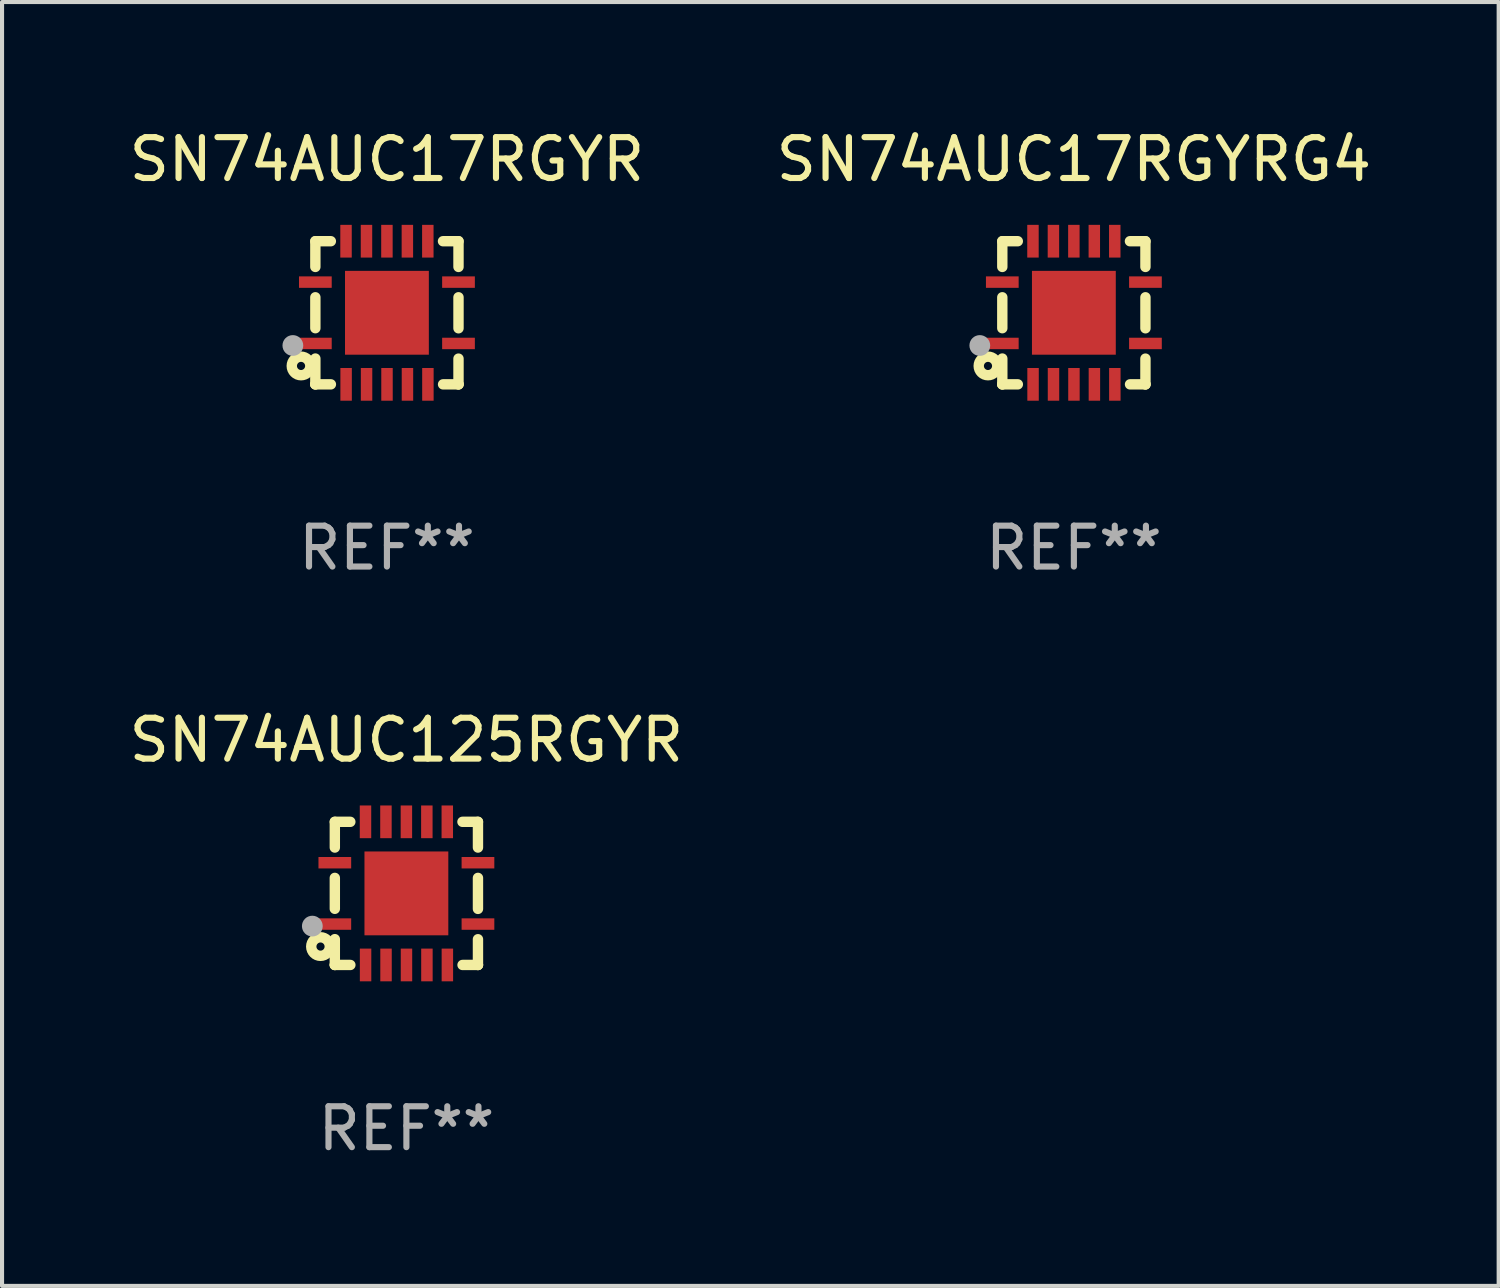
<source format=kicad_pcb>
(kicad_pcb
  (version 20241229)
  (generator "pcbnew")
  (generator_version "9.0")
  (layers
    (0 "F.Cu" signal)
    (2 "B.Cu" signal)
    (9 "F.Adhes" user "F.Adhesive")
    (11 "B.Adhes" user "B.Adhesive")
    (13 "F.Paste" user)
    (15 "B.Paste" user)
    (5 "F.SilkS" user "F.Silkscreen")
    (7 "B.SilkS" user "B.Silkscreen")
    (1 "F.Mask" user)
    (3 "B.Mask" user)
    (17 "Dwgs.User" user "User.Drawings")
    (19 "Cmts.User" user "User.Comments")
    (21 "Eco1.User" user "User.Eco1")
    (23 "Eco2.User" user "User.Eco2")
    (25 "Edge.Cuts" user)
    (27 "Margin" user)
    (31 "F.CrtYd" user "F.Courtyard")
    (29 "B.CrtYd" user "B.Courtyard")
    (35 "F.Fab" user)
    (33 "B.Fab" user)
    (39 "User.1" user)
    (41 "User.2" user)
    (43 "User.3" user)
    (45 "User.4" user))
  (footprint "SN74AUC125RGYR"
    (layer "F.Cu")
    (at 6.887 18.795)
    (property "Reference" "SN74AUC125RGYR" (at 0 -3.75 0) (layer "F.SilkS") (effects (font (size 1 1) (thickness 0.15))))
    (attr through_hole)
    (fp_line (start -1.75 1.75) (end -1.37 1.75) (stroke (width 0.254) (type solid)) (layer "F.SilkS"))
    (fp_line (start -1.75 -1.75) (end -1.75 -1.121) (stroke (width 0.254) (type solid)) (layer "F.SilkS"))
    (fp_line (start -1.75 -0.379) (end -1.75 0.377) (stroke (width 0.254) (type solid)) (layer "F.SilkS"))
    (fp_line (start -1.75 1.119) (end -1.75 1.75) (stroke (width 0.254) (type solid)) (layer "F.SilkS"))
    (fp_line (start -1.75 1.75) (end -1.75 1.75) (stroke (width 0.254) (type solid)) (layer "F.SilkS"))
    (fp_line (start -1.371 -1.75) (end -1.75 -1.75) (stroke (width 0.254) (type solid)) (layer "F.SilkS"))
    (fp_line (start 1.373 1.75) (end 1.75 1.75) (stroke (width 0.254) (type solid)) (layer "F.SilkS"))
    (fp_line (start 1.75 1.75) (end 1.75 1.75) (stroke (width 0.254) (type solid)) (layer "F.SilkS"))
    (fp_line (start 1.75 -1.75) (end 1.371 -1.75) (stroke (width 0.254) (type solid)) (layer "F.SilkS"))
    (fp_line (start 1.75 -1.121) (end 1.75 -1.75) (stroke (width 0.254) (type solid)) (layer "F.SilkS"))
    (fp_line (start 1.75 0.379) (end 1.75 -0.379) (stroke (width 0.254) (type solid)) (layer "F.SilkS"))
    (fp_line (start 1.75 1.75) (end 1.75 1.121) (stroke (width 0.254) (type solid)) (layer "F.SilkS"))
    (fp_circle (center -2.1 1.3) (end -2 1.3) (stroke (width 0.254) (type solid)) (fill no) (layer "F.SilkS"))
    (fp_circle (center -1.747 1.751) (end -1.717 1.751) (stroke (width 0.06) (type solid)) (fill no) (layer "F.SilkS"))
    (fp_circle (center -2.3 0.8) (end -2.173 0.8) (stroke (width 0.254) (type solid)) (fill no) (layer "F.Fab"))
    (fp_text user "REF**" (at 0 5.75 0) (layer "F.Fab") (effects (font (size 1 1) (thickness 0.15))))
    (pad "1" smd rect (at -1.75 0.75 270) (size 0.28 0.8) (layers "F.Cu" "F.Mask" "F.Paste"))
    (pad "2" smd rect (at -0.998 1.75 180) (size 0.28 0.8) (layers "F.Cu" "F.Mask" "F.Paste"))
    (pad "3" smd rect (at -0.498 1.75 180) (size 0.28 0.8) (layers "F.Cu" "F.Mask" "F.Paste"))
    (pad "4" smd rect (at 0.002 1.75 180) (size 0.28 0.8) (layers "F.Cu" "F.Mask" "F.Paste"))
    (pad "5" smd rect (at 0.502 1.75 180) (size 0.28 0.8) (layers "F.Cu" "F.Mask" "F.Paste"))
    (pad "6" smd rect (at 1.002 1.75 180) (size 0.28 0.8) (layers "F.Cu" "F.Mask" "F.Paste"))
    (pad "7" smd rect (at 1.75 0.75 270) (size 0.28 0.8) (layers "F.Cu" "F.Mask" "F.Paste"))
    (pad "8" smd rect (at 1.75 -0.75 270) (size 0.28 0.8) (layers "F.Cu" "F.Mask" "F.Paste"))
    (pad "9" smd rect (at 1 -1.75) (size 0.28 0.8) (layers "F.Cu" "F.Mask" "F.Paste"))
    (pad "10" smd rect (at 0.5 -1.75) (size 0.28 0.8) (layers "F.Cu" "F.Mask" "F.Paste"))
    (pad "11" smd rect (at 0 -1.75) (size 0.28 0.8) (layers "F.Cu" "F.Mask" "F.Paste"))
    (pad "12" smd rect (at -0.5 -1.75) (size 0.28 0.8) (layers "F.Cu" "F.Mask" "F.Paste"))
    (pad "13" smd rect (at -1 -1.75) (size 0.28 0.8) (layers "F.Cu" "F.Mask" "F.Paste"))
    (pad "14" smd rect (at -1.75 -0.75 90) (size 0.28 0.8) (layers "F.Cu" "F.Mask" "F.Paste"))
    (pad "15" smd rect (at 0 0 180) (size 2.05 2.05) (layers "F.Cu" "F.Mask" "F.Paste")))
  (footprint "SN74AUC17RGYRG4"
    (layer "F.Cu")
    (at 23.208 4.598)
    (property "Reference" "SN74AUC17RGYRG4" (at 0 -3.75 0) (layer "F.SilkS") (effects (font (size 1 1) (thickness 0.15))))
    (attr through_hole)
    (fp_line (start -1.75 1.75) (end -1.37 1.75) (stroke (width 0.254) (type solid)) (layer "F.SilkS"))
    (fp_line (start -1.75 -1.75) (end -1.75 -1.121) (stroke (width 0.254) (type solid)) (layer "F.SilkS"))
    (fp_line (start -1.75 -0.379) (end -1.75 0.377) (stroke (width 0.254) (type solid)) (layer "F.SilkS"))
    (fp_line (start -1.75 1.119) (end -1.75 1.75) (stroke (width 0.254) (type solid)) (layer "F.SilkS"))
    (fp_line (start -1.75 1.75) (end -1.75 1.75) (stroke (width 0.254) (type solid)) (layer "F.SilkS"))
    (fp_line (start -1.371 -1.75) (end -1.75 -1.75) (stroke (width 0.254) (type solid)) (layer "F.SilkS"))
    (fp_line (start 1.373 1.75) (end 1.75 1.75) (stroke (width 0.254) (type solid)) (layer "F.SilkS"))
    (fp_line (start 1.75 1.75) (end 1.75 1.75) (stroke (width 0.254) (type solid)) (layer "F.SilkS"))
    (fp_line (start 1.75 -1.75) (end 1.371 -1.75) (stroke (width 0.254) (type solid)) (layer "F.SilkS"))
    (fp_line (start 1.75 -1.121) (end 1.75 -1.75) (stroke (width 0.254) (type solid)) (layer "F.SilkS"))
    (fp_line (start 1.75 0.379) (end 1.75 -0.379) (stroke (width 0.254) (type solid)) (layer "F.SilkS"))
    (fp_line (start 1.75 1.75) (end 1.75 1.121) (stroke (width 0.254) (type solid)) (layer "F.SilkS"))
    (fp_circle (center -2.1 1.3) (end -2 1.3) (stroke (width 0.254) (type solid)) (fill no) (layer "F.SilkS"))
    (fp_circle (center -1.747 1.751) (end -1.717 1.751) (stroke (width 0.06) (type solid)) (fill no) (layer "F.SilkS"))
    (fp_circle (center -2.3 0.8) (end -2.173 0.8) (stroke (width 0.254) (type solid)) (fill no) (layer "F.Fab"))
    (fp_text user "REF**" (at 0 5.75 0) (layer "F.Fab") (effects (font (size 1 1) (thickness 0.15))))
    (pad "1" smd rect (at -1.75 0.75 270) (size 0.28 0.8) (layers "F.Cu" "F.Mask" "F.Paste"))
    (pad "2" smd rect (at -0.998 1.75 180) (size 0.28 0.8) (layers "F.Cu" "F.Mask" "F.Paste"))
    (pad "3" smd rect (at -0.498 1.75 180) (size 0.28 0.8) (layers "F.Cu" "F.Mask" "F.Paste"))
    (pad "4" smd rect (at 0.002 1.75 180) (size 0.28 0.8) (layers "F.Cu" "F.Mask" "F.Paste"))
    (pad "5" smd rect (at 0.502 1.75 180) (size 0.28 0.8) (layers "F.Cu" "F.Mask" "F.Paste"))
    (pad "6" smd rect (at 1.002 1.75 180) (size 0.28 0.8) (layers "F.Cu" "F.Mask" "F.Paste"))
    (pad "7" smd rect (at 1.75 0.75 270) (size 0.28 0.8) (layers "F.Cu" "F.Mask" "F.Paste"))
    (pad "8" smd rect (at 1.75 -0.75 270) (size 0.28 0.8) (layers "F.Cu" "F.Mask" "F.Paste"))
    (pad "9" smd rect (at 1 -1.75) (size 0.28 0.8) (layers "F.Cu" "F.Mask" "F.Paste"))
    (pad "10" smd rect (at 0.5 -1.75) (size 0.28 0.8) (layers "F.Cu" "F.Mask" "F.Paste"))
    (pad "11" smd rect (at 0 -1.75) (size 0.28 0.8) (layers "F.Cu" "F.Mask" "F.Paste"))
    (pad "12" smd rect (at -0.5 -1.75) (size 0.28 0.8) (layers "F.Cu" "F.Mask" "F.Paste"))
    (pad "13" smd rect (at -1 -1.75) (size 0.28 0.8) (layers "F.Cu" "F.Mask" "F.Paste"))
    (pad "14" smd rect (at -1.75 -0.75 90) (size 0.28 0.8) (layers "F.Cu" "F.Mask" "F.Paste"))
    (pad "15" smd rect (at 0 0 180) (size 2.05 2.05) (layers "F.Cu" "F.Mask" "F.Paste")))
  (footprint "SN74AUC17RGYR"
    (layer "F.Cu")
    (at 6.411 4.598)
    (property "Reference" "SN74AUC17RGYR" (at 0 -3.75 0) (layer "F.SilkS") (effects (font (size 1 1) (thickness 0.15))))
    (attr through_hole)
    (fp_line (start -1.75 1.75) (end -1.37 1.75) (stroke (width 0.254) (type solid)) (layer "F.SilkS"))
    (fp_line (start -1.75 -1.75) (end -1.75 -1.121) (stroke (width 0.254) (type solid)) (layer "F.SilkS"))
    (fp_line (start -1.75 -0.379) (end -1.75 0.377) (stroke (width 0.254) (type solid)) (layer "F.SilkS"))
    (fp_line (start -1.75 1.119) (end -1.75 1.75) (stroke (width 0.254) (type solid)) (layer "F.SilkS"))
    (fp_line (start -1.75 1.75) (end -1.75 1.75) (stroke (width 0.254) (type solid)) (layer "F.SilkS"))
    (fp_line (start -1.371 -1.75) (end -1.75 -1.75) (stroke (width 0.254) (type solid)) (layer "F.SilkS"))
    (fp_line (start 1.373 1.75) (end 1.75 1.75) (stroke (width 0.254) (type solid)) (layer "F.SilkS"))
    (fp_line (start 1.75 1.75) (end 1.75 1.75) (stroke (width 0.254) (type solid)) (layer "F.SilkS"))
    (fp_line (start 1.75 -1.75) (end 1.371 -1.75) (stroke (width 0.254) (type solid)) (layer "F.SilkS"))
    (fp_line (start 1.75 -1.121) (end 1.75 -1.75) (stroke (width 0.254) (type solid)) (layer "F.SilkS"))
    (fp_line (start 1.75 0.379) (end 1.75 -0.379) (stroke (width 0.254) (type solid)) (layer "F.SilkS"))
    (fp_line (start 1.75 1.75) (end 1.75 1.121) (stroke (width 0.254) (type solid)) (layer "F.SilkS"))
    (fp_circle (center -2.1 1.3) (end -2 1.3) (stroke (width 0.254) (type solid)) (fill no) (layer "F.SilkS"))
    (fp_circle (center -1.747 1.751) (end -1.717 1.751) (stroke (width 0.06) (type solid)) (fill no) (layer "F.SilkS"))
    (fp_circle (center -2.3 0.8) (end -2.173 0.8) (stroke (width 0.254) (type solid)) (fill no) (layer "F.Fab"))
    (fp_text user "REF**" (at 0 5.75 0) (layer "F.Fab") (effects (font (size 1 1) (thickness 0.15))))
    (pad "1" smd rect (at -1.75 0.75 270) (size 0.28 0.8) (layers "F.Cu" "F.Mask" "F.Paste"))
    (pad "2" smd rect (at -0.998 1.75 180) (size 0.28 0.8) (layers "F.Cu" "F.Mask" "F.Paste"))
    (pad "3" smd rect (at -0.498 1.75 180) (size 0.28 0.8) (layers "F.Cu" "F.Mask" "F.Paste"))
    (pad "4" smd rect (at 0.002 1.75 180) (size 0.28 0.8) (layers "F.Cu" "F.Mask" "F.Paste"))
    (pad "5" smd rect (at 0.502 1.75 180) (size 0.28 0.8) (layers "F.Cu" "F.Mask" "F.Paste"))
    (pad "6" smd rect (at 1.002 1.75 180) (size 0.28 0.8) (layers "F.Cu" "F.Mask" "F.Paste"))
    (pad "7" smd rect (at 1.75 0.75 270) (size 0.28 0.8) (layers "F.Cu" "F.Mask" "F.Paste"))
    (pad "8" smd rect (at 1.75 -0.75 270) (size 0.28 0.8) (layers "F.Cu" "F.Mask" "F.Paste"))
    (pad "9" smd rect (at 1 -1.75) (size 0.28 0.8) (layers "F.Cu" "F.Mask" "F.Paste"))
    (pad "10" smd rect (at 0.5 -1.75) (size 0.28 0.8) (layers "F.Cu" "F.Mask" "F.Paste"))
    (pad "11" smd rect (at 0 -1.75) (size 0.28 0.8) (layers "F.Cu" "F.Mask" "F.Paste"))
    (pad "12" smd rect (at -0.5 -1.75) (size 0.28 0.8) (layers "F.Cu" "F.Mask" "F.Paste"))
    (pad "13" smd rect (at -1 -1.75) (size 0.28 0.8) (layers "F.Cu" "F.Mask" "F.Paste"))
    (pad "14" smd rect (at -1.75 -0.75 90) (size 0.28 0.8) (layers "F.Cu" "F.Mask" "F.Paste"))
    (pad "15" smd rect (at 0 0 180) (size 2.05 2.05) (layers "F.Cu" "F.Mask" "F.Paste")))
  (gr_rect
    (start -3 -3)
    (end 33.595 28.393)
    (stroke (width 0.1) (type default))
    (fill no)
    (layer "Edge.Cuts")))
</source>
